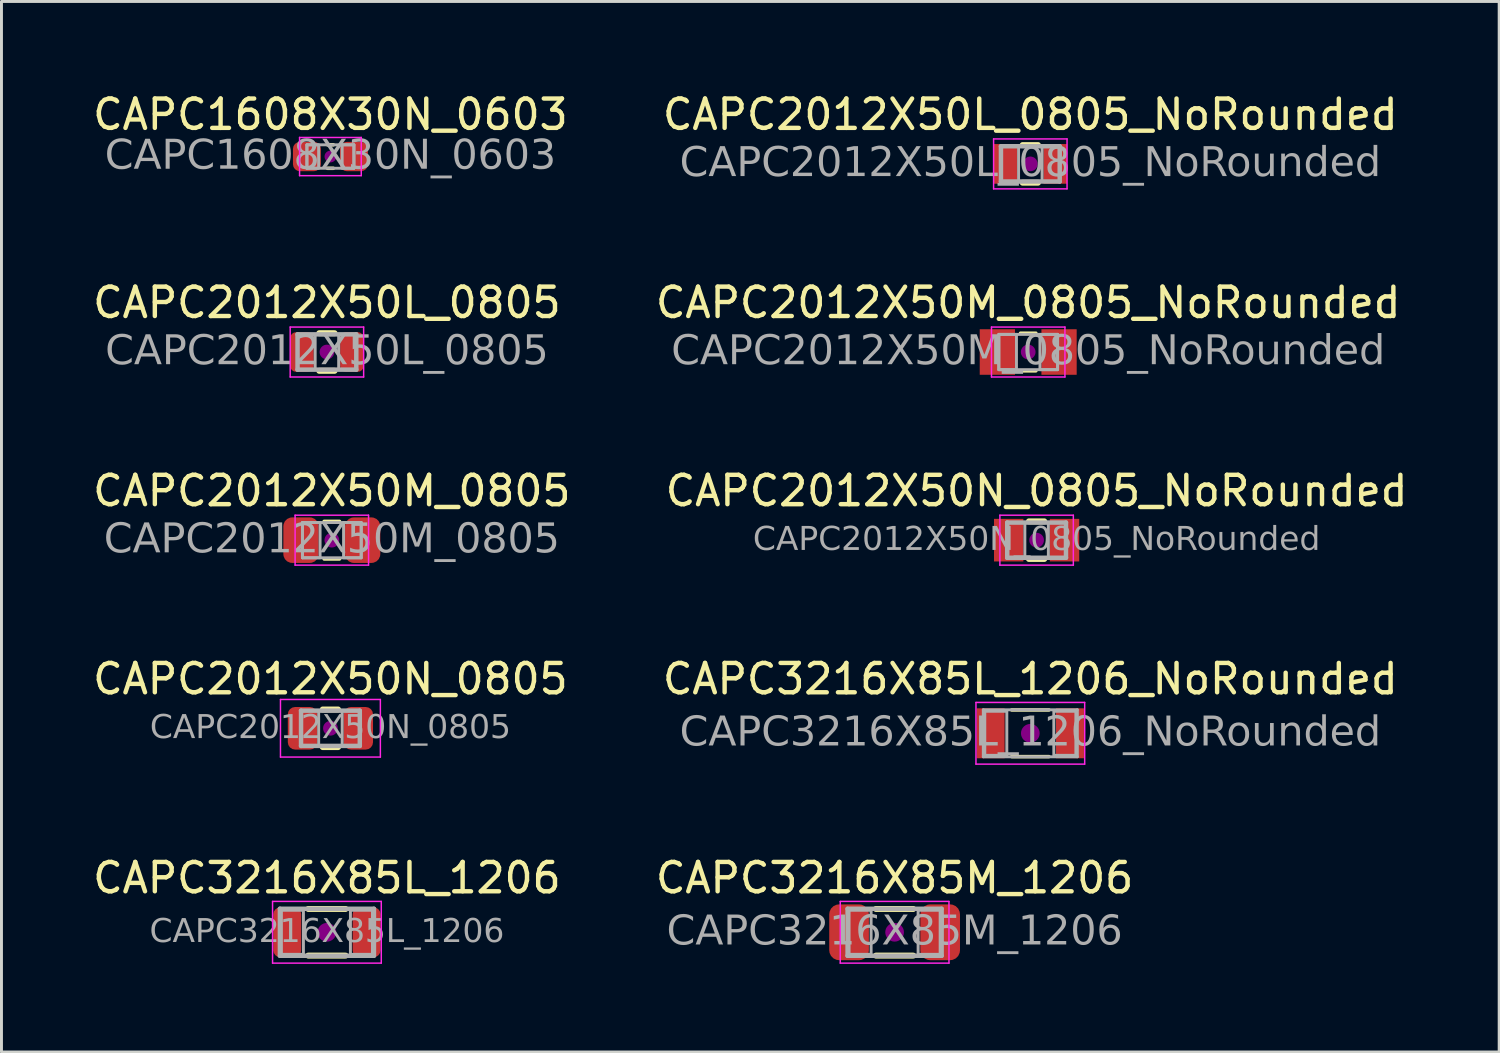
<source format=kicad_pcb>
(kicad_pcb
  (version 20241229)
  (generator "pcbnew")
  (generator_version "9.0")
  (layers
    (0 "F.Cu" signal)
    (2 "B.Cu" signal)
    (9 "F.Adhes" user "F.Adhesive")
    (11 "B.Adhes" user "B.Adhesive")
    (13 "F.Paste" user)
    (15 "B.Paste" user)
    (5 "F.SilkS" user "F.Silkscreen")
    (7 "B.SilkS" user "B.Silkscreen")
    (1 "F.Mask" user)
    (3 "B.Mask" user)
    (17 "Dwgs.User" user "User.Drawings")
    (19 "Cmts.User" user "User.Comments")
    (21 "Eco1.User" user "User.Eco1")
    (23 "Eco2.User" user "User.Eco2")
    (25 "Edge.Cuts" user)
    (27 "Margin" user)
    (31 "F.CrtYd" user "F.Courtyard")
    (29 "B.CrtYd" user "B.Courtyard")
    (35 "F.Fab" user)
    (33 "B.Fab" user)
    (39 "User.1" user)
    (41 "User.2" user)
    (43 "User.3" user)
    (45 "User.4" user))
  (footprint "CAPC2012X50N_0805"
    (layer "F.Cu")
    (at 8.196 21.738)
    (property "Reference" "CAPC2012X50N_0805" (at 0 -1.68 0) (layer "F.SilkS") (effects (font (size 1 1) (thickness 0.15))))
    (attr smd)
    (fp_line (start -0.261 -0.64) (end 0.261 -0.64) (stroke (width 0.203) (type solid)) (layer "F.SilkS"))
    (fp_line (start -0.261 0.64) (end 0.261 0.64) (stroke (width 0.203) (type solid)) (layer "F.SilkS"))
    (fp_circle (center 0 0) (end 0.25 0) (stroke (width 0) (type solid)) (fill yes) (layer "F.Adhes"))
    (fp_line (start -1.7 -0.98) (end 1.7 -0.98) (stroke (width 0.05) (type solid)) (layer "F.CrtYd"))
    (fp_line (start -1.7 0.98) (end -1.7 -0.98) (stroke (width 0.05) (type solid)) (layer "F.CrtYd"))
    (fp_line (start 1.7 -0.98) (end 1.7 0.98) (stroke (width 0.05) (type solid)) (layer "F.CrtYd"))
    (fp_line (start 1.7 0.98) (end -1.7 0.98) (stroke (width 0.05) (type solid)) (layer "F.CrtYd"))
    (fp_line (start -1 -0.6) (end 1 -0.6) (stroke (width 0.152) (type solid)) (layer "F.Fab"))
    (fp_line (start -1 0.6) (end -1 -0.6) (stroke (width 0.152) (type solid)) (layer "F.Fab"))
    (fp_line (start 1 -0.6) (end 1 0.6) (stroke (width 0.152) (type solid)) (layer "F.Fab"))
    (fp_line (start 1 0.6) (end -1 0.6) (stroke (width 0.152) (type solid)) (layer "F.Fab"))
    (fp_rect (start -1 -0.6) (end -0.4 0.6) (stroke (width 0.1) (type solid)) (fill no) (layer "F.Fab"))
    (fp_rect (start 0.4 -0.6) (end 1 0.6) (stroke (width 0.1) (type solid)) (fill no) (layer "F.Fab"))
    (fp_text user "${REFERENCE}" (at 0 0 0) (layer "F.Fab") (effects (font (face "Tahoma") (size 0.8 0.8) (thickness 0.12))))
    (pad "1" smd roundrect (at -0.95 0) (size 1 1.45) (layers "F.Cu" "F.Mask" "F.Paste") (roundrect_rratio 0.25))
    (pad "2" smd roundrect (at 0.95 0) (size 1 1.45) (layers "F.Cu" "F.Mask" "F.Paste") (roundrect_rratio 0.25)))
  (footprint "CAPC2012X50M_0805"
    (layer "F.Cu")
    (at 8.244 15.335)
    (property "Reference" "CAPC2012X50M_0805" (at 0 -1.68 0) (layer "F.SilkS") (effects (font (size 1 1) (thickness 0.15))))
    (attr smd)
    (fp_line (start -0.261 -0.64) (end 0.261 -0.64) (stroke (width 0.12) (type solid)) (layer "F.SilkS"))
    (fp_line (start -0.261 0.64) (end 0.261 0.64) (stroke (width 0.12) (type solid)) (layer "F.SilkS"))
    (fp_circle (center 0 0) (end 0.25 0) (stroke (width 0) (type solid)) (fill yes) (layer "F.Adhes"))
    (fp_line (start -1.25 -0.85) (end 1.25 -0.85) (stroke (width 0.05) (type solid)) (layer "F.CrtYd"))
    (fp_line (start -1.25 0.85) (end -1.25 -0.85) (stroke (width 0.05) (type solid)) (layer "F.CrtYd"))
    (fp_line (start 1.25 -0.85) (end 1.25 0.85) (stroke (width 0.05) (type solid)) (layer "F.CrtYd"))
    (fp_line (start 1.25 0.85) (end -1.25 0.85) (stroke (width 0.05) (type solid)) (layer "F.CrtYd"))
    (fp_line (start -1 -0.6) (end 1 -0.6) (stroke (width 0.1) (type solid)) (layer "F.Fab"))
    (fp_line (start -1 0.6) (end -1 -0.6) (stroke (width 0.1) (type solid)) (layer "F.Fab"))
    (fp_line (start 1 -0.6) (end 1 0.6) (stroke (width 0.1) (type solid)) (layer "F.Fab"))
    (fp_line (start 1 0.6) (end -1 0.6) (stroke (width 0.1) (type solid)) (layer "F.Fab"))
    (fp_rect (start -1 -0.6) (end -0.4 0.6) (stroke (width 0.1) (type solid)) (fill no) (layer "F.Fab"))
    (fp_rect (start 0.4 -0.6) (end 1 0.6) (stroke (width 0.1) (type solid)) (fill no) (layer "F.Fab"))
    (fp_text user "${REFERENCE}" (at 0 0 0) (layer "F.Fab") (effects (font (face "Tahoma") (size 1 1) (thickness 0.15))))
    (pad "1" smd roundrect (at -1.05 0) (size 1.2 1.55) (layers "F.Cu" "F.Mask" "F.Paste") (roundrect_rratio 0.25))
    (pad "2" smd roundrect (at 1.05 0) (size 1.2 1.55) (layers "F.Cu" "F.Mask" "F.Paste") (roundrect_rratio 0.25)))
  (footprint "CAPC2012X50M_0805_NoRounded"
    (layer "F.Cu")
    (at 31.946 8.931)
    (property "Reference" "CAPC2012X50M_0805_NoRounded" (at 0 -1.68 0) (layer "F.SilkS") (effects (font (size 1 1) (thickness 0.15))))
    (attr smd)
    (fp_line (start -0.261 -0.64) (end 0.261 -0.64) (stroke (width 0.12) (type solid)) (layer "F.SilkS"))
    (fp_line (start -0.261 0.64) (end 0.261 0.64) (stroke (width 0.12) (type solid)) (layer "F.SilkS"))
    (fp_circle (center 0 0) (end 0.25 0) (stroke (width 0) (type solid)) (fill yes) (layer "F.Adhes"))
    (fp_line (start -1.25 -0.85) (end 1.25 -0.85) (stroke (width 0.05) (type solid)) (layer "F.CrtYd"))
    (fp_line (start -1.25 0.85) (end -1.25 -0.85) (stroke (width 0.05) (type solid)) (layer "F.CrtYd"))
    (fp_line (start 1.25 -0.85) (end 1.25 0.85) (stroke (width 0.05) (type solid)) (layer "F.CrtYd"))
    (fp_line (start 1.25 0.85) (end -1.25 0.85) (stroke (width 0.05) (type solid)) (layer "F.CrtYd"))
    (fp_line (start -1 -0.6) (end 1 -0.6) (stroke (width 0.1) (type solid)) (layer "F.Fab"))
    (fp_line (start -1 0.6) (end -1 -0.6) (stroke (width 0.1) (type solid)) (layer "F.Fab"))
    (fp_line (start 1 -0.6) (end 1 0.6) (stroke (width 0.1) (type solid)) (layer "F.Fab"))
    (fp_line (start 1 0.6) (end -1 0.6) (stroke (width 0.1) (type solid)) (layer "F.Fab"))
    (fp_rect (start -1 -0.6) (end -0.4 0.6) (stroke (width 0.1) (type solid)) (fill no) (layer "F.Fab"))
    (fp_rect (start 0.4 -0.6) (end 1 0.6) (stroke (width 0.1) (type solid)) (fill no) (layer "F.Fab"))
    (fp_text user "${REFERENCE}" (at 0 0 0) (layer "F.Fab") (effects (font (face "Tahoma") (size 1 1) (thickness 0.15))))
    (pad "1" smd rect (at -1.05 0) (size 1.2 1.55) (layers "F.Cu" "F.Mask" "F.Paste"))
    (pad "2" smd rect (at 1.05 0) (size 1.2 1.55) (layers "F.Cu" "F.Mask" "F.Paste")))
  (footprint "CAPC2012X50L_0805"
    (layer "F.Cu")
    (at 8.077 8.931)
    (property "Reference" "CAPC2012X50L_0805" (at 0 -1.68 0) (layer "F.SilkS") (effects (font (size 1 1) (thickness 0.15))))
    (attr smd)
    (fp_line (start -0.261 -0.64) (end 0.261 -0.64) (stroke (width 0.203) (type solid)) (layer "F.SilkS"))
    (fp_line (start -0.261 0.64) (end 0.261 0.64) (stroke (width 0.203) (type solid)) (layer "F.SilkS"))
    (fp_circle (center 0 0) (end 0.25 0) (stroke (width 0) (type solid)) (fill yes) (layer "F.Adhes"))
    (fp_line (start -1.25 -0.85) (end 1.25 -0.85) (stroke (width 0.05) (type solid)) (layer "F.CrtYd"))
    (fp_line (start -1.25 0.85) (end -1.25 -0.85) (stroke (width 0.05) (type solid)) (layer "F.CrtYd"))
    (fp_line (start 1.25 -0.85) (end 1.25 0.85) (stroke (width 0.05) (type solid)) (layer "F.CrtYd"))
    (fp_line (start 1.25 0.85) (end -1.25 0.85) (stroke (width 0.05) (type solid)) (layer "F.CrtYd"))
    (fp_line (start -1 -0.6) (end 1 -0.6) (stroke (width 0.152) (type solid)) (layer "F.Fab"))
    (fp_line (start -1 0.6) (end -1 -0.6) (stroke (width 0.152) (type solid)) (layer "F.Fab"))
    (fp_line (start 1 -0.6) (end 1 0.6) (stroke (width 0.152) (type solid)) (layer "F.Fab"))
    (fp_line (start 1 0.6) (end -1 0.6) (stroke (width 0.152) (type solid)) (layer "F.Fab"))
    (fp_rect (start -1 -0.6) (end -0.4 0.6) (stroke (width 0.1) (type solid)) (fill no) (layer "F.Fab"))
    (fp_rect (start 0.4 -0.6) (end 1 0.6) (stroke (width 0.1) (type solid)) (fill no) (layer "F.Fab"))
    (fp_text user "${REFERENCE}" (at 0 0 0) (layer "F.Fab") (effects (font (face "Tahoma") (size 1 1) (thickness 0.15))))
    (pad "1" smd roundrect (at -0.85 0) (size 0.8 1.35) (layers "F.Cu" "F.Mask" "F.Paste") (roundrect_rratio 0.25))
    (pad "2" smd roundrect (at 0.85 0) (size 0.8 1.35) (layers "F.Cu" "F.Mask" "F.Paste") (roundrect_rratio 0.25)))
  (footprint "CAPC2012X50N_0805_NoRounded"
    (layer "F.Cu")
    (at 32.232 15.335)
    (property "Reference" "CAPC2012X50N_0805_NoRounded" (at 0 -1.68 0) (layer "F.SilkS") (effects (font (size 1 1) (thickness 0.15))))
    (attr smd)
    (fp_line (start -0.261 -0.64) (end 0.261 -0.64) (stroke (width 0.203) (type solid)) (layer "F.SilkS"))
    (fp_line (start -0.261 0.64) (end 0.261 0.64) (stroke (width 0.203) (type solid)) (layer "F.SilkS"))
    (fp_circle (center 0 0) (end 0.25 0) (stroke (width 0) (type solid)) (fill yes) (layer "F.Adhes"))
    (fp_line (start -1.25 -0.85) (end 1.25 -0.85) (stroke (width 0.05) (type solid)) (layer "F.CrtYd"))
    (fp_line (start -1.25 0.85) (end -1.25 -0.85) (stroke (width 0.05) (type solid)) (layer "F.CrtYd"))
    (fp_line (start 1.25 -0.85) (end 1.25 0.85) (stroke (width 0.05) (type solid)) (layer "F.CrtYd"))
    (fp_line (start 1.25 0.85) (end -1.25 0.85) (stroke (width 0.05) (type solid)) (layer "F.CrtYd"))
    (fp_line (start -1 -0.6) (end 1 -0.6) (stroke (width 0.152) (type solid)) (layer "F.Fab"))
    (fp_line (start -1 0.6) (end -1 -0.6) (stroke (width 0.152) (type solid)) (layer "F.Fab"))
    (fp_line (start 1 -0.6) (end 1 0.6) (stroke (width 0.152) (type solid)) (layer "F.Fab"))
    (fp_line (start 1 0.6) (end -1 0.6) (stroke (width 0.152) (type solid)) (layer "F.Fab"))
    (fp_rect (start -1 -0.6) (end -0.4 0.6) (stroke (width 0.1) (type solid)) (fill no) (layer "F.Fab"))
    (fp_rect (start 0.4 -0.6) (end 1 0.6) (stroke (width 0.1) (type solid)) (fill no) (layer "F.Fab"))
    (fp_text user "${REFERENCE}" (at 0 0 0) (layer "F.Fab") (effects (font (face "Tahoma") (size 0.8 0.8) (thickness 0.12))))
    (pad "1" smd rect (at -0.95 0) (size 1 1.45) (layers "F.Cu" "F.Mask" "F.Paste"))
    (pad "2" smd rect (at 0.95 0) (size 1 1.45) (layers "F.Cu" "F.Mask" "F.Paste")))
  (footprint "CAPC3216X85L_1206"
    (layer "F.Cu")
    (at 8.077 28.681)
    (property "Reference" "CAPC3216X85L_1206" (at 0 -1.85 0) (layer "F.SilkS") (effects (font (size 1 1) (thickness 0.15))))
    (attr smd)
    (fp_line (start -0.635 -0.794) (end 0.635 -0.794) (stroke (width 0.203) (type solid)) (layer "F.SilkS"))
    (fp_line (start -0.635 0.794) (end 0.635 0.794) (stroke (width 0.203) (type solid)) (layer "F.SilkS"))
    (fp_circle (center 0 0) (end 0.318 0) (stroke (width 0) (type solid)) (fill yes) (layer "F.Adhes"))
    (fp_line (start -1.85 -1.05) (end 1.85 -1.05) (stroke (width 0.05) (type solid)) (layer "F.CrtYd"))
    (fp_line (start -1.85 1.05) (end -1.85 -1.05) (stroke (width 0.05) (type solid)) (layer "F.CrtYd"))
    (fp_line (start 1.85 -1.05) (end 1.85 1.05) (stroke (width 0.05) (type solid)) (layer "F.CrtYd"))
    (fp_line (start 1.85 1.05) (end -1.85 1.05) (stroke (width 0.05) (type solid)) (layer "F.CrtYd"))
    (fp_line (start -1.6 -0.8) (end 1.6 -0.8) (stroke (width 0.152) (type solid)) (layer "F.Fab"))
    (fp_line (start -1.6 0.8) (end -1.6 -0.8) (stroke (width 0.152) (type solid)) (layer "F.Fab"))
    (fp_line (start 1.6 -0.8) (end 1.6 0.8) (stroke (width 0.152) (type solid)) (layer "F.Fab"))
    (fp_line (start 1.6 0.8) (end -1.6 0.8) (stroke (width 0.152) (type solid)) (layer "F.Fab"))
    (fp_rect (start -0.8 0.75) (end -1.55 -0.75) (stroke (width 0.1) (type solid)) (fill no) (layer "F.Fab"))
    (fp_rect (start 0.8 -0.75) (end 1.55 0.75) (stroke (width 0.1) (type solid)) (fill no) (layer "F.Fab"))
    (fp_text user "${REFERENCE}" (at 0 0 0) (layer "F.Fab") (effects (font (face "Tahoma") (size 0.8 0.8) (thickness 0.12))))
    (pad "1" smd roundrect (at -1.35 0) (size 0.95 1.7) (layers "F.Cu" "F.Mask" "F.Paste") (roundrect_rratio 0.25))
    (pad "2" smd roundrect (at 1.35 0) (size 0.95 1.7) (layers "F.Cu" "F.Mask" "F.Paste") (roundrect_rratio 0.25)))
  (footprint "CAPC2012X50L_0805_NoRounded"
    (layer "F.Cu")
    (at 32.018 2.528)
    (property "Reference" "CAPC2012X50L_0805_NoRounded" (at 0 -1.68 0) (layer "F.SilkS") (effects (font (size 1 1) (thickness 0.15))))
    (attr smd)
    (fp_line (start -0.261 -0.64) (end 0.261 -0.64) (stroke (width 0.203) (type solid)) (layer "F.SilkS"))
    (fp_line (start -0.261 0.64) (end 0.261 0.64) (stroke (width 0.203) (type solid)) (layer "F.SilkS"))
    (fp_circle (center 0 0) (end 0.25 0) (stroke (width 0) (type solid)) (fill yes) (layer "F.Adhes"))
    (fp_line (start -1.25 -0.85) (end 1.25 -0.85) (stroke (width 0.05) (type solid)) (layer "F.CrtYd"))
    (fp_line (start -1.25 0.85) (end -1.25 -0.85) (stroke (width 0.05) (type solid)) (layer "F.CrtYd"))
    (fp_line (start 1.25 -0.85) (end 1.25 0.85) (stroke (width 0.05) (type solid)) (layer "F.CrtYd"))
    (fp_line (start 1.25 0.85) (end -1.25 0.85) (stroke (width 0.05) (type solid)) (layer "F.CrtYd"))
    (fp_line (start -1 -0.6) (end 1 -0.6) (stroke (width 0.152) (type solid)) (layer "F.Fab"))
    (fp_line (start -1 0.6) (end -1 -0.6) (stroke (width 0.152) (type solid)) (layer "F.Fab"))
    (fp_line (start 1 -0.6) (end 1 0.6) (stroke (width 0.152) (type solid)) (layer "F.Fab"))
    (fp_line (start 1 0.6) (end -1 0.6) (stroke (width 0.152) (type solid)) (layer "F.Fab"))
    (fp_rect (start -1 -0.6) (end -0.4 0.6) (stroke (width 0.1) (type solid)) (fill no) (layer "F.Fab"))
    (fp_rect (start 0.4 -0.6) (end 1 0.6) (stroke (width 0.1) (type solid)) (fill no) (layer "F.Fab"))
    (fp_text user "${REFERENCE}" (at 0 0 0) (layer "F.Fab") (effects (font (face "Tahoma") (size 1 1) (thickness 0.15))))
    (pad "1" smd rect (at -0.85 0) (size 0.8 1.35) (layers "F.Cu" "F.Mask" "F.Paste"))
    (pad "2" smd rect (at 0.85 0) (size 0.8 1.35) (layers "F.Cu" "F.Mask" "F.Paste")))
  (footprint "CAPC3216X85M_1206"
    (layer "F.Cu")
    (at 27.399 28.681)
    (property "Reference" "CAPC3216X85M_1206" (at 0 -1.85 0) (layer "F.SilkS") (effects (font (size 1 1) (thickness 0.15))))
    (attr smd)
    (fp_line (start -0.635 -0.794) (end 0.635 -0.794) (stroke (width 0.203) (type solid)) (layer "F.SilkS"))
    (fp_line (start -0.635 0.794) (end 0.635 0.794) (stroke (width 0.203) (type solid)) (layer "F.SilkS"))
    (fp_circle (center 0 0) (end 0.318 0) (stroke (width 0) (type solid)) (fill yes) (layer "F.Adhes"))
    (fp_line (start -1.85 -1.05) (end 1.85 -1.05) (stroke (width 0.05) (type solid)) (layer "F.CrtYd"))
    (fp_line (start -1.85 1.05) (end -1.85 -1.05) (stroke (width 0.05) (type solid)) (layer "F.CrtYd"))
    (fp_line (start 1.85 -1.05) (end 1.85 1.05) (stroke (width 0.05) (type solid)) (layer "F.CrtYd"))
    (fp_line (start 1.85 1.05) (end -1.85 1.05) (stroke (width 0.05) (type solid)) (layer "F.CrtYd"))
    (fp_line (start -1.6 -0.8) (end 1.6 -0.8) (stroke (width 0.152) (type solid)) (layer "F.Fab"))
    (fp_line (start -1.6 0.8) (end -1.6 -0.8) (stroke (width 0.152) (type solid)) (layer "F.Fab"))
    (fp_line (start 1.6 -0.8) (end 1.6 0.8) (stroke (width 0.152) (type solid)) (layer "F.Fab"))
    (fp_line (start 1.6 0.8) (end -1.6 0.8) (stroke (width 0.152) (type solid)) (layer "F.Fab"))
    (fp_rect (start -0.8 0.75) (end -1.55 -0.75) (stroke (width 0.1) (type solid)) (fill no) (layer "F.Fab"))
    (fp_rect (start 0.8 -0.75) (end 1.55 0.75) (stroke (width 0.1) (type solid)) (fill no) (layer "F.Fab"))
    (fp_text user "${REFERENCE}" (at 0 0 0) (layer "F.Fab") (effects (font (face "Tahoma") (size 1 1) (thickness 0.15))))
    (pad "1" smd roundrect (at -1.55 0) (size 1.35 1.9) (layers "F.Cu" "F.Mask" "F.Paste") (roundrect_rratio 0.25))
    (pad "2" smd roundrect (at 1.55 0) (size 1.35 1.9) (layers "F.Cu" "F.Mask" "F.Paste") (roundrect_rratio 0.25)))
  (footprint "CAPC1608X30N_0603"
    (layer "F.Cu")
    (at 8.196 2.278)
    (property "Reference" "CAPC1608X30N_0603" (at 0 -1.43 0) (layer "F.SilkS") (effects (font (size 1 1) (thickness 0.15))))
    (attr smd)
    (fp_line (start -0.1 -0.4) (end 0.1 -0.4) (stroke (width 0.12) (type solid)) (layer "F.SilkS"))
    (fp_line (start -0.1 0.4) (end 0.1 0.4) (stroke (width 0.12) (type solid)) (layer "F.SilkS"))
    (fp_circle (center 0 0) (end 0.2 0) (stroke (width 0) (type solid)) (fill yes) (layer "F.Adhes"))
    (fp_line (start -1.05 -0.65) (end 1.05 -0.65) (stroke (width 0.05) (type solid)) (layer "F.CrtYd"))
    (fp_line (start -1.05 0.65) (end -1.05 -0.65) (stroke (width 0.05) (type solid)) (layer "F.CrtYd"))
    (fp_line (start 1.05 -0.65) (end 1.05 0.65) (stroke (width 0.05) (type solid)) (layer "F.CrtYd"))
    (fp_line (start 1.05 0.65) (end -1.05 0.65) (stroke (width 0.05) (type solid)) (layer "F.CrtYd"))
    (fp_line (start -0.8 -0.4) (end 0.8 -0.4) (stroke (width 0.1) (type solid)) (layer "F.Fab"))
    (fp_line (start -0.8 0.4) (end -0.8 -0.4) (stroke (width 0.1) (type solid)) (layer "F.Fab"))
    (fp_line (start 0.8 -0.4) (end 0.8 0.4) (stroke (width 0.1) (type solid)) (layer "F.Fab"))
    (fp_line (start 0.8 0.4) (end -0.8 0.4) (stroke (width 0.1) (type solid)) (layer "F.Fab"))
    (fp_rect (start -0.8 -0.4) (end -0.4 0.4) (stroke (width 0.1) (type solid)) (fill no) (layer "F.Fab"))
    (fp_rect (start 0.8 0.4) (end 0.4 -0.4) (stroke (width 0.1) (type solid)) (fill no) (layer "F.Fab"))
    (fp_text user "${REFERENCE}" (at 0 0 0) (layer "F.Fab") (effects (font (face "Tahoma") (size 1 1) (thickness 0.15))))
    (pad "1" smd roundrect (at -0.8 0) (size 0.95 1) (layers "F.Cu" "F.Mask" "F.Paste") (roundrect_rratio 0.25))
    (pad "2" smd roundrect (at 0.8 0) (size 0.95 1) (layers "F.Cu" "F.Mask" "F.Paste") (roundrect_rratio 0.25)))
  (footprint "CAPC3216X85L_1206_NoRounded"
    (layer "F.Cu")
    (at 32.018 21.908)
    (property "Reference" "CAPC3216X85L_1206_NoRounded" (at 0 -1.85 0) (layer "F.SilkS") (effects (font (size 1 1) (thickness 0.15))))
    (attr smd)
    (fp_line (start -0.635 -0.794) (end 0.635 -0.794) (stroke (width 0.12) (type solid)) (layer "F.SilkS"))
    (fp_line (start -0.635 0.794) (end 0.635 0.794) (stroke (width 0.12) (type solid)) (layer "F.SilkS"))
    (fp_circle (center 0 0) (end 0.318 0) (stroke (width 0) (type solid)) (fill yes) (layer "F.Adhes"))
    (fp_line (start -1.85 -1.05) (end 1.85 -1.05) (stroke (width 0.05) (type solid)) (layer "F.CrtYd"))
    (fp_line (start -1.85 1.05) (end -1.85 -1.05) (stroke (width 0.05) (type solid)) (layer "F.CrtYd"))
    (fp_line (start 1.85 -1.05) (end 1.85 1.05) (stroke (width 0.05) (type solid)) (layer "F.CrtYd"))
    (fp_line (start 1.85 1.05) (end -1.85 1.05) (stroke (width 0.05) (type solid)) (layer "F.CrtYd"))
    (fp_line (start -1.6 -0.8) (end 1.6 -0.8) (stroke (width 0.1) (type solid)) (layer "F.Fab"))
    (fp_line (start -1.6 0.8) (end -1.6 -0.8) (stroke (width 0.1) (type solid)) (layer "F.Fab"))
    (fp_line (start 1.6 -0.8) (end 1.6 0.8) (stroke (width 0.1) (type solid)) (layer "F.Fab"))
    (fp_line (start 1.6 0.8) (end -1.6 0.8) (stroke (width 0.1) (type solid)) (layer "F.Fab"))
    (fp_rect (start -0.8 0.75) (end -1.55 -0.75) (stroke (width 0.1) (type solid)) (fill no) (layer "F.Fab"))
    (fp_rect (start 0.8 -0.75) (end 1.55 0.75) (stroke (width 0.1) (type solid)) (fill no) (layer "F.Fab"))
    (fp_text user "${REFERENCE}" (at 0 0 0) (layer "F.Fab") (effects (font (face "Tahoma") (size 1 1) (thickness 0.15))))
    (pad "1" smd rect (at -1.35 0) (size 0.95 1.7) (layers "F.Cu" "F.Mask" "F.Paste"))
    (pad "2" smd rect (at 1.35 0) (size 0.95 1.7) (layers "F.Cu" "F.Mask" "F.Paste")))
  (gr_rect
    (start -3 -3)
    (end 47.976 32.756)
    (stroke (width 0.1) (type default))
    (fill no)
    (layer "Edge.Cuts")))
</source>
